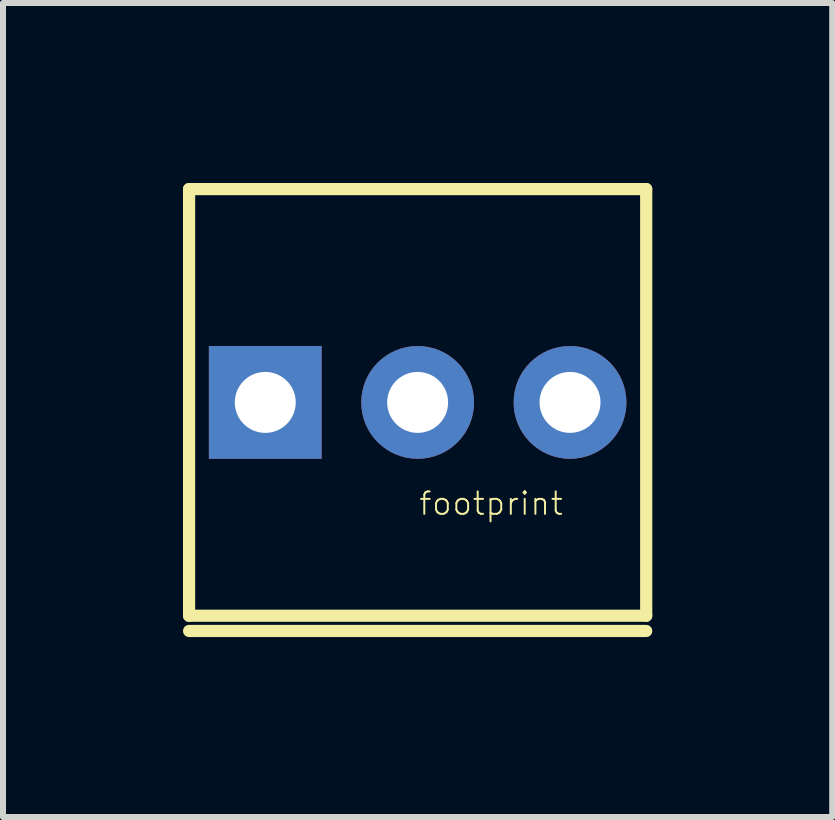
<source format=kicad_pcb>
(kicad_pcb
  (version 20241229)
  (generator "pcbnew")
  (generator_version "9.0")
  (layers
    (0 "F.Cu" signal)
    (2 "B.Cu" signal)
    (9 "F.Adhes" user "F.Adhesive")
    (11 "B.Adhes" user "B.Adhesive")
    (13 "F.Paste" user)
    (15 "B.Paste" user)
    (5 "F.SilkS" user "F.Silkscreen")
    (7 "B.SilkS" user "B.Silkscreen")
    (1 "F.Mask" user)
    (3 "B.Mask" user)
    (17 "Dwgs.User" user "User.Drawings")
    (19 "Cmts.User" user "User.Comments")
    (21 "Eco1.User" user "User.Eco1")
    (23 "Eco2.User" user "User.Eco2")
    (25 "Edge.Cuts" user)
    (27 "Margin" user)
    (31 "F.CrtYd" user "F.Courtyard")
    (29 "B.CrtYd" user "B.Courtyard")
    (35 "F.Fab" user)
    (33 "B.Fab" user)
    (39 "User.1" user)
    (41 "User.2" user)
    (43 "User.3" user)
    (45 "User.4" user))
  (footprint "footprint"
    (layer "F.Cu")
    (at 1.372 6.198)
    (property "Reference" "footprint" (at 2.54 -0.635 0) (layer "F.SilkS") (effects (font (size 0.374 0.374) (thickness 0.033)) (justify left bottom)))
    (fp_line (start -1.27 -6.096) (end -1.27 1.016) (stroke (width 0.203) (type solid)) (layer "F.SilkS"))
    (fp_line (start -1.27 1.016) (end 6.35 1.016) (stroke (width 0.203) (type solid)) (layer "F.SilkS"))
    (fp_line (start -1.27 1.27) (end 6.35 1.27) (stroke (width 0.203) (type solid)) (layer "F.SilkS"))
    (fp_line (start 6.35 -6.096) (end -1.27 -6.096) (stroke (width 0.203) (type solid)) (layer "F.SilkS"))
    (fp_line (start 6.35 1.016) (end 6.35 -6.096) (stroke (width 0.203) (type solid)) (layer "F.SilkS"))
    (pad "P$1" thru_hole rect (at 0 -2.54) (size 1.88 1.88) (drill 1.016) (layers "*.Cu" "*.Mask"))
    (pad "P$2" thru_hole circle (at 2.54 -2.54) (size 1.88 1.88) (drill 1.016) (layers "*.Cu" "*.Mask"))
    (pad "P$3" thru_hole circle (at 5.08 -2.54) (size 1.88 1.88) (drill 1.016) (layers "*.Cu" "*.Mask")))
  (gr_rect
    (start -3 -3)
    (end 10.823 10.569)
    (stroke (width 0.1) (type default))
    (fill no)
    (layer "Edge.Cuts")))
</source>
